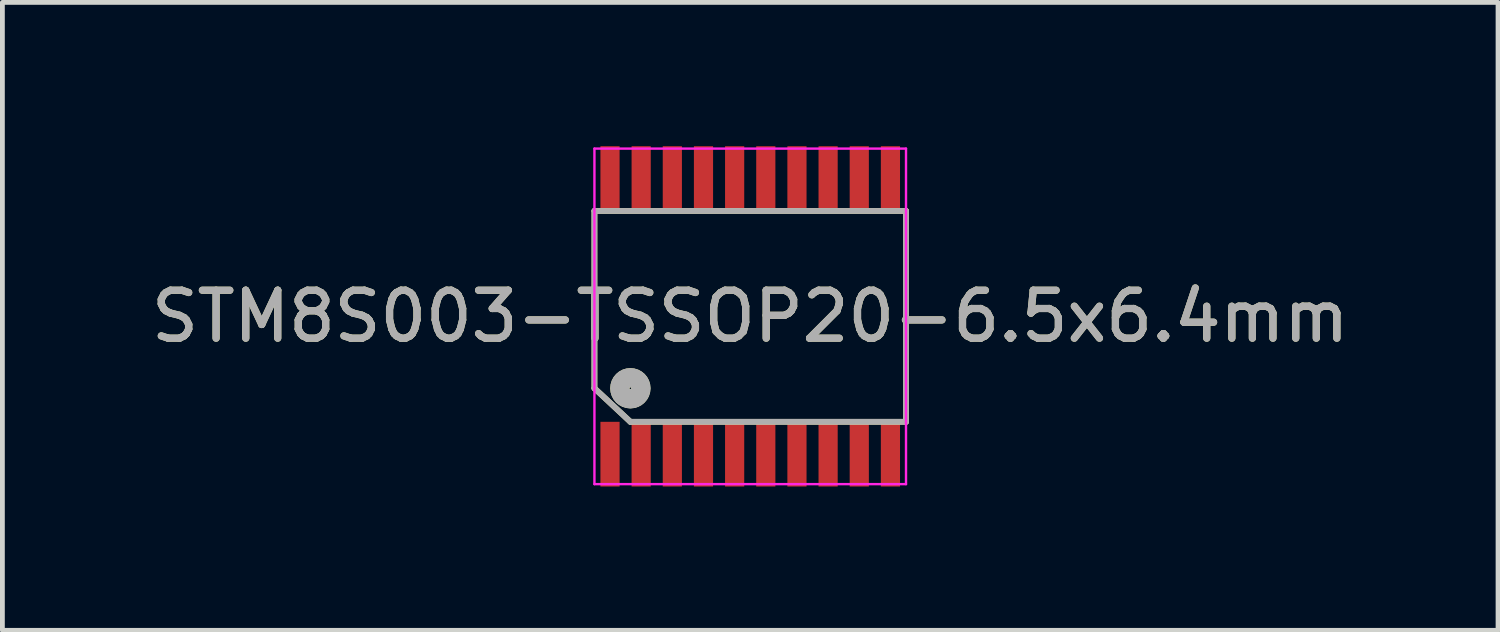
<source format=kicad_pcb>
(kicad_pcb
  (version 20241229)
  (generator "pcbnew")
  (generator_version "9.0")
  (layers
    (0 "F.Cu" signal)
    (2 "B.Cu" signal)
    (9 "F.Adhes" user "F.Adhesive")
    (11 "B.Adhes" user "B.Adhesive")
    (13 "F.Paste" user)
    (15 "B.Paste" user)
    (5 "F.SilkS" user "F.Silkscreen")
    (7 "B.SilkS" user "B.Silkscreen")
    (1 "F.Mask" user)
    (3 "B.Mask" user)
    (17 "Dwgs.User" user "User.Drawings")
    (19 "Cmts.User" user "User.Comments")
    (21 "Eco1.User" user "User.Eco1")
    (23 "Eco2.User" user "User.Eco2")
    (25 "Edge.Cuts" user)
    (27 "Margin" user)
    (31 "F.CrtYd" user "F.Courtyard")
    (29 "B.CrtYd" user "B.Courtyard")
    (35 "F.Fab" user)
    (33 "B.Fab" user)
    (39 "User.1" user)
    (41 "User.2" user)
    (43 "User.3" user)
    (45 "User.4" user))
  (footprint "STM8S003-TSSOP20-6.5x6.4mm"
    (layer "F.Cu")
    (at 12.601 3.55)
    (property "Reference" "STM8S003-TSSOP20-6.5x6.4mm" (at 0 0 0) (layer "F.SilkS") (effects (font (size 1 1) (thickness 0.15))))
    (attr smd)
    (fp_line (start -3.25 -2.2) (end -3.25 1.5) (stroke (width 0.12) (type solid)) (layer "F.SilkS"))
    (fp_line (start -2.5 2.2) (end -3.25 1.5) (stroke (width 0.12) (type solid)) (layer "F.SilkS"))
    (fp_line (start -2.5 2.2) (end 3.25 2.2) (stroke (width 0.12) (type solid)) (layer "F.SilkS"))
    (fp_line (start 3.25 -2.2) (end -3.25 -2.2) (stroke (width 0.12) (type solid)) (layer "F.SilkS"))
    (fp_line (start 3.25 2.2) (end 3.25 -2.2) (stroke (width 0.12) (type solid)) (layer "F.SilkS"))
    (fp_circle (center -2.5 1.5) (end -2.48 1.5) (stroke (width 0.4) (type solid)) (fill no) (layer "F.SilkS"))
    (fp_line (start -3.25 -3.5) (end -3.25 3.5) (stroke (width 0.05) (type solid)) (layer "F.CrtYd"))
    (fp_line (start -3.25 3.5) (end 3.25 3.5) (stroke (width 0.05) (type solid)) (layer "F.CrtYd"))
    (fp_line (start 3.25 -3.5) (end -3.25 -3.5) (stroke (width 0.05) (type solid)) (layer "F.CrtYd"))
    (fp_line (start 3.25 3.5) (end 3.25 -3.5) (stroke (width 0.05) (type solid)) (layer "F.CrtYd"))
    (fp_line (start -3.25 -2.2) (end -3.25 1.5) (stroke (width 0.12) (type solid)) (layer "F.Fab"))
    (fp_line (start -2.5 2.2) (end -3.25 1.5) (stroke (width 0.12) (type solid)) (layer "F.Fab"))
    (fp_line (start -2.5 2.2) (end 3.25 2.2) (stroke (width 0.12) (type solid)) (layer "F.Fab"))
    (fp_line (start 3.25 -2.2) (end -3.25 -2.2) (stroke (width 0.12) (type solid)) (layer "F.Fab"))
    (fp_line (start 3.25 2.2) (end 3.25 -2.2) (stroke (width 0.12) (type solid)) (layer "F.Fab"))
    (fp_circle (center -2.5 1.5) (end -2.48 1.5) (stroke (width 0.4) (type solid)) (fill no) (layer "F.Fab"))
    (fp_text user "${REFERENCE}" (at 0 0 0) (layer "F.Fab") (effects (font (size 1 1) (thickness 0.15))))
    (pad "1" smd rect (at -2.925 2.875) (size 0.4 1.35) (layers "F.Cu" "F.Mask" "F.Paste"))
    (pad "2" smd rect (at -2.275 2.875) (size 0.4 1.35) (layers "F.Cu" "F.Mask" "F.Paste"))
    (pad "3" smd rect (at -1.625 2.875) (size 0.4 1.35) (layers "F.Cu" "F.Mask" "F.Paste"))
    (pad "4" smd rect (at -0.975 2.875) (size 0.4 1.35) (layers "F.Cu" "F.Mask" "F.Paste"))
    (pad "5" smd rect (at -0.325 2.875) (size 0.4 1.35) (layers "F.Cu" "F.Mask" "F.Paste"))
    (pad "6" smd rect (at 0.325 2.875) (size 0.4 1.35) (layers "F.Cu" "F.Mask" "F.Paste"))
    (pad "7" smd rect (at 0.975 2.875) (size 0.4 1.35) (layers "F.Cu" "F.Mask" "F.Paste"))
    (pad "8" smd rect (at 1.625 2.875) (size 0.4 1.35) (layers "F.Cu" "F.Mask" "F.Paste"))
    (pad "9" smd rect (at 2.275 2.875) (size 0.4 1.35) (layers "F.Cu" "F.Mask" "F.Paste"))
    (pad "10" smd rect (at 2.925 2.875) (size 0.4 1.35) (layers "F.Cu" "F.Mask" "F.Paste"))
    (pad "11" smd rect (at 2.925 -2.875) (size 0.4 1.35) (layers "F.Cu" "F.Mask" "F.Paste"))
    (pad "12" smd rect (at 2.275 -2.875) (size 0.4 1.35) (layers "F.Cu" "F.Mask" "F.Paste"))
    (pad "13" smd rect (at 1.625 -2.875) (size 0.4 1.35) (layers "F.Cu" "F.Mask" "F.Paste"))
    (pad "14" smd rect (at 0.975 -2.875) (size 0.4 1.35) (layers "F.Cu" "F.Mask" "F.Paste"))
    (pad "15" smd rect (at 0.325 -2.875) (size 0.4 1.35) (layers "F.Cu" "F.Mask" "F.Paste"))
    (pad "16" smd rect (at -0.325 -2.875) (size 0.4 1.35) (layers "F.Cu" "F.Mask" "F.Paste"))
    (pad "17" smd rect (at -0.975 -2.875) (size 0.4 1.35) (layers "F.Cu" "F.Mask" "F.Paste"))
    (pad "18" smd rect (at -1.625 -2.875) (size 0.4 1.35) (layers "F.Cu" "F.Mask" "F.Paste"))
    (pad "19" smd rect (at -2.275 -2.875) (size 0.4 1.35) (layers "F.Cu" "F.Mask" "F.Paste"))
    (pad "20" smd rect (at -2.925 -2.875) (size 0.4 1.35) (layers "F.Cu" "F.Mask" "F.Paste")))
  (gr_rect
    (start -3 -3)
    (end 28.202 10.1)
    (stroke (width 0.1) (type default))
    (fill no)
    (layer "Edge.Cuts")))
</source>
